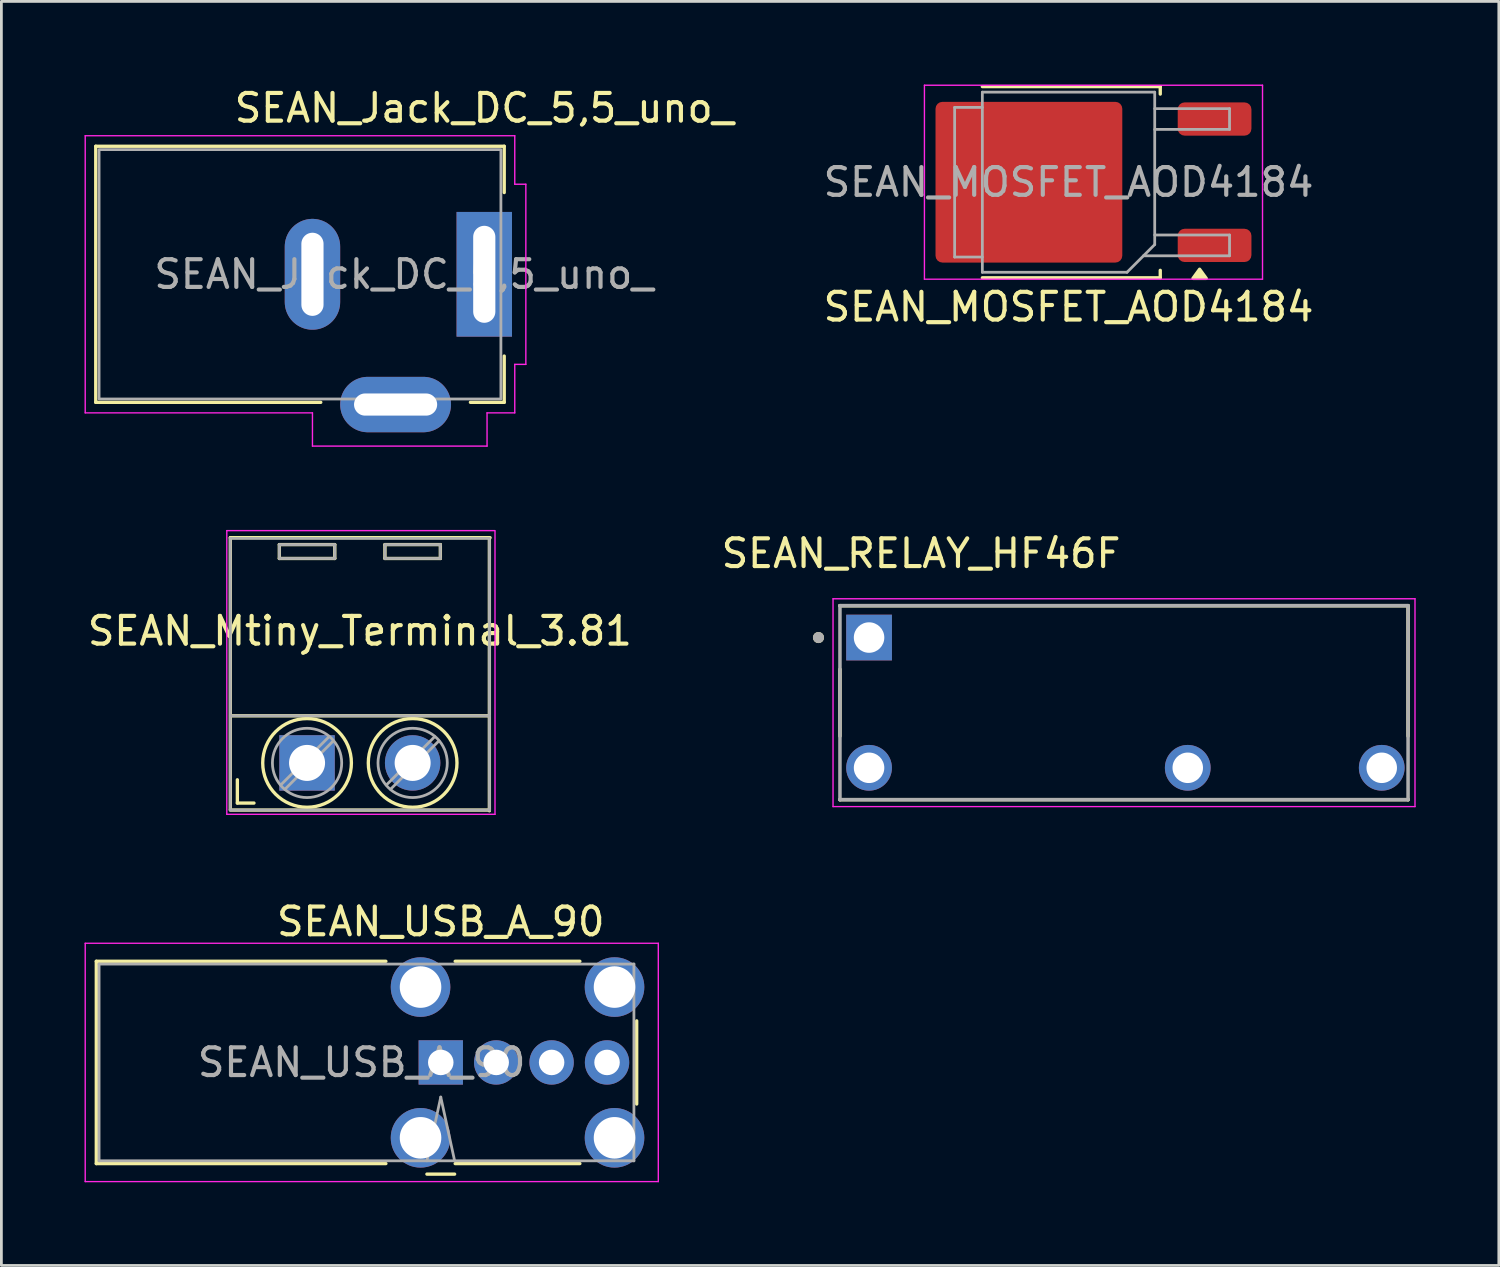
<source format=kicad_pcb>
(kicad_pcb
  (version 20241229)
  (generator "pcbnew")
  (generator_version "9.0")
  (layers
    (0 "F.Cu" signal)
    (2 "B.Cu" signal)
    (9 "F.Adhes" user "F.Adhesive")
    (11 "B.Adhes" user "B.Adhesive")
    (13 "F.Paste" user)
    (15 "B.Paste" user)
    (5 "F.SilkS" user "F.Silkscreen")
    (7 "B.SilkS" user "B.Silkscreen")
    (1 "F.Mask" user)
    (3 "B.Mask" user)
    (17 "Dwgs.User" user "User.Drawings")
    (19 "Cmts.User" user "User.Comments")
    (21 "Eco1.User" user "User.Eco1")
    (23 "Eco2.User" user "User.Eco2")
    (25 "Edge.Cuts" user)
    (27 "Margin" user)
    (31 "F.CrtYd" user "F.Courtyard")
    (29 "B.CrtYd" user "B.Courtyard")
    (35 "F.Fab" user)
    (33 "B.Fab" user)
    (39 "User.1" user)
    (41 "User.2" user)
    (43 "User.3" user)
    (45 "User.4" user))
  (footprint "SEAN_USB_A_90"
    (layer "F.Cu")
    (at 12.855 35.288)
    (property "Reference" "SEAN_USB_A_90" (at 0 -5.08 0) (layer "F.SilkS") (effects (font (size 1 1) (thickness 0.15))))
    (attr through_hole)
    (fp_line (start -12.43 -3.65) (end -12.43 3.65) (stroke (width 0.12) (type solid)) (layer "F.SilkS"))
    (fp_line (start -12.43 -3.65) (end -1.98 -3.65) (stroke (width 0.12) (type solid)) (layer "F.SilkS"))
    (fp_line (start -12.43 3.65) (end -1.98 3.65) (stroke (width 0.12) (type solid)) (layer "F.SilkS"))
    (fp_line (start -0.5 4.03) (end 0.5 4.03) (stroke (width 0.12) (type solid)) (layer "F.SilkS"))
    (fp_line (start 0.52 -3.65) (end 5.02 -3.65) (stroke (width 0.12) (type solid)) (layer "F.SilkS"))
    (fp_line (start 0.52 3.65) (end 5.02 3.65) (stroke (width 0.12) (type solid)) (layer "F.SilkS"))
    (fp_line (start 7.07 -1.5) (end 7.07 1.5) (stroke (width 0.12) (type solid)) (layer "F.SilkS"))
    (fp_line (start -12.83 -4.3) (end 7.85 -4.3) (stroke (width 0.05) (type solid)) (layer "F.CrtYd"))
    (fp_line (start -12.83 4.3) (end -12.83 -4.3) (stroke (width 0.05) (type solid)) (layer "F.CrtYd"))
    (fp_line (start 7.85 -4.3) (end 7.85 4.3) (stroke (width 0.05) (type solid)) (layer "F.CrtYd"))
    (fp_line (start 7.85 4.3) (end -12.83 4.3) (stroke (width 0.05) (type solid)) (layer "F.CrtYd"))
    (fp_line (start -12.33 -3.55) (end 6.97 -3.55) (stroke (width 0.1) (type solid)) (layer "F.Fab"))
    (fp_line (start -12.33 3.55) (end -12.33 -3.55) (stroke (width 0.1) (type solid)) (layer "F.Fab"))
    (fp_line (start -0.5 3.55) (end 0 1.25) (stroke (width 0.1) (type solid)) (layer "F.Fab"))
    (fp_line (start 0 1.25) (end 0.5 3.55) (stroke (width 0.1) (type solid)) (layer "F.Fab"))
    (fp_line (start 6.97 -3.55) (end 6.97 3.55) (stroke (width 0.1) (type solid)) (layer "F.Fab"))
    (fp_line (start 6.97 3.55) (end -12.33 3.55) (stroke (width 0.1) (type solid)) (layer "F.Fab"))
    (fp_text user "${REFERENCE}" (at -2.855 0 0) (layer "F.Fab") (effects (font (size 1 1) (thickness 0.15))))
    (pad "1" thru_hole rect (at 0 0) (size 1.6 1.6) (drill 0.92) (layers "*.Cu" "*.Mask"))
    (pad "2" thru_hole circle (at 2 0) (size 1.6 1.6) (drill 0.92) (layers "*.Cu" "*.Mask"))
    (pad "3" thru_hole circle (at 4 0) (size 1.6 1.6) (drill 0.92) (layers "*.Cu" "*.Mask"))
    (pad "4" thru_hole circle (at 6 0) (size 1.6 1.6) (drill 0.92) (layers "*.Cu" "*.Mask"))
    (pad "5" thru_hole circle (at -0.73 -2.72) (size 2.15 2.15) (drill 1.5) (layers "*.Cu" "*.Mask"))
    (pad "5" thru_hole circle (at -0.73 2.72) (size 2.15 2.15) (drill 1.5) (layers "*.Cu" "*.Mask"))
    (pad "5" thru_hole circle (at 6.27 -2.72) (size 2.15 2.15) (drill 1.5) (layers "*.Cu" "*.Mask"))
    (pad "5" thru_hole circle (at 6.27 2.72) (size 2.15 2.15) (drill 1.5) (layers "*.Cu" "*.Mask")))
  (footprint "SEAN_MOSFET_AOD4184"
    (layer "F.Cu")
    (at 35.508 3.525)
    (property "Reference" "SEAN_MOSFET_AOD4184" (at 0 4.5 0) (layer "F.SilkS") (effects (font (size 1 1) (thickness 0.15))))
    (attr smd)
    (fp_line (start -3.11 -3.45) (end 3.31 -3.45) (stroke (width 0.12) (type solid)) (layer "F.SilkS"))
    (fp_line (start -3.11 3.45) (end 3.31 3.45) (stroke (width 0.12) (type solid)) (layer "F.SilkS"))
    (fp_line (start 3.31 -3.45) (end 3.31 -3.18) (stroke (width 0.12) (type solid)) (layer "F.SilkS"))
    (fp_line (start 3.31 3.45) (end 3.31 3.18) (stroke (width 0.12) (type solid)) (layer "F.SilkS"))
    (fp_poly (pts (xy 4.73 3.14) (xy 4.97 3.47) (xy 4.49 3.47) (xy 4.73 3.14)) (stroke (width 0.12) (type solid)) (fill yes) (layer "F.SilkS"))
    (fp_line (start -5.2 -3.5) (end -5.2 3.5) (stroke (width 0.05) (type solid)) (layer "F.CrtYd"))
    (fp_line (start -5.2 3.5) (end 7 3.5) (stroke (width 0.05) (type solid)) (layer "F.CrtYd"))
    (fp_line (start 7 -3.5) (end -5.2 -3.5) (stroke (width 0.05) (type solid)) (layer "F.CrtYd"))
    (fp_line (start 7 3.5) (end 7 -3.5) (stroke (width 0.05) (type solid)) (layer "F.CrtYd"))
    (fp_line (start -4.11 -2.7) (end -3.11 -2.7) (stroke (width 0.1) (type solid)) (layer "F.Fab"))
    (fp_line (start -4.11 2.7) (end -4.11 -2.7) (stroke (width 0.1) (type solid)) (layer "F.Fab"))
    (fp_line (start -3.11 -3.25) (end 3.11 -3.25) (stroke (width 0.1) (type solid)) (layer "F.Fab"))
    (fp_line (start -3.11 2.7) (end -4.11 2.7) (stroke (width 0.1) (type solid)) (layer "F.Fab"))
    (fp_line (start -3.11 3.25) (end -3.11 -3.25) (stroke (width 0.1) (type solid)) (layer "F.Fab"))
    (fp_line (start 2.11 3.25) (end -3.11 3.25) (stroke (width 0.1) (type solid)) (layer "F.Fab"))
    (fp_line (start 2.705 2.655) (end 5.81 2.655) (stroke (width 0.1) (type solid)) (layer "F.Fab"))
    (fp_line (start 3.11 -3.25) (end 3.11 2.25) (stroke (width 0.1) (type solid)) (layer "F.Fab"))
    (fp_line (start 3.11 -1.905) (end 5.81 -1.905) (stroke (width 0.1) (type solid)) (layer "F.Fab"))
    (fp_line (start 3.11 2.25) (end 2.11 3.25) (stroke (width 0.1) (type solid)) (layer "F.Fab"))
    (fp_line (start 5.81 -2.655) (end 3.11 -2.655) (stroke (width 0.1) (type solid)) (layer "F.Fab"))
    (fp_line (start 5.81 -1.905) (end 5.81 -2.655) (stroke (width 0.1) (type solid)) (layer "F.Fab"))
    (fp_line (start 5.81 1.905) (end 3.11 1.905) (stroke (width 0.1) (type solid)) (layer "F.Fab"))
    (fp_line (start 5.81 2.655) (end 5.81 1.905) (stroke (width 0.1) (type solid)) (layer "F.Fab"))
    (fp_text user "${REFERENCE}" (at 0 0 0) (layer "F.Fab") (effects (font (size 1 1) (thickness 0.15))))
    (pad "1" smd roundrect (at -1.43 0 180) (size 6.74 5.8) (layers "F.Cu" "F.Mask") (roundrect_rratio 0.043))
    (pad "2" smd roundrect (at 5.27 2.28 180) (size 2.66 1.2) (layers "F.Cu" "F.Mask" "F.Paste") (roundrect_rratio 0.208))
    (pad "3" smd roundrect (at 5.27 -2.28 180) (size 2.66 1.2) (layers "F.Cu" "F.Mask" "F.Paste") (roundrect_rratio 0.208)))
  (footprint "SEAN_Jack_DC_5,5_uno_"
    (layer "F.Cu")
    (at 14.425 6.848)
    (property "Reference" "SEAN_Jack_DC_5,5_uno_" (at 0 -6 0) (unlocked yes) (layer "F.SilkS") (effects (font (size 1 1) (thickness 0.15))))
    (attr through_hole)
    (fp_line (start -14.02 -4.62) (end -14.02 4.62) (stroke (width 0.12) (type solid)) (layer "F.SilkS"))
    (fp_line (start -14.02 4.62) (end -5.9 4.62) (stroke (width 0.12) (type solid)) (layer "F.SilkS"))
    (fp_line (start -0.5 4.62) (end 0.72 4.62) (stroke (width 0.12) (type solid)) (layer "F.SilkS"))
    (fp_line (start 0.72 -4.62) (end -14.02 -4.62) (stroke (width 0.12) (type solid)) (layer "F.SilkS"))
    (fp_line (start 0.72 -2.95) (end 0.72 -4.62) (stroke (width 0.12) (type solid)) (layer "F.SilkS"))
    (fp_line (start 0.72 4.62) (end 0.72 2.95) (stroke (width 0.12) (type solid)) (layer "F.SilkS"))
    (fp_line (start -14.4 -5) (end 1.1 -5) (stroke (width 0.05) (type solid)) (layer "F.CrtYd"))
    (fp_line (start -14.4 5) (end -14.4 -5) (stroke (width 0.05) (type solid)) (layer "F.CrtYd"))
    (fp_line (start -6.2 5) (end -14.4 5) (stroke (width 0.05) (type solid)) (layer "F.CrtYd"))
    (fp_line (start -6.2 6.2) (end -6.2 5) (stroke (width 0.05) (type solid)) (layer "F.CrtYd"))
    (fp_line (start 0.1 5) (end 0.1 6.2) (stroke (width 0.05) (type solid)) (layer "F.CrtYd"))
    (fp_line (start 0.1 6.2) (end -6.2 6.2) (stroke (width 0.05) (type solid)) (layer "F.CrtYd"))
    (fp_line (start 1.1 -5) (end 1.1 -3.25) (stroke (width 0.05) (type solid)) (layer "F.CrtYd"))
    (fp_line (start 1.1 -3.25) (end 1.5 -3.25) (stroke (width 0.05) (type solid)) (layer "F.CrtYd"))
    (fp_line (start 1.1 3.25) (end 1.1 5) (stroke (width 0.05) (type solid)) (layer "F.CrtYd"))
    (fp_line (start 1.1 5) (end 0.1 5) (stroke (width 0.05) (type solid)) (layer "F.CrtYd"))
    (fp_line (start 1.5 -3.25) (end 1.5 3.25) (stroke (width 0.05) (type solid)) (layer "F.CrtYd"))
    (fp_line (start 1.5 3.25) (end 1.1 3.25) (stroke (width 0.05) (type solid)) (layer "F.CrtYd"))
    (fp_rect (start -13.9 -4.5) (end 0.6 4.5) (stroke (width 0.1) (type solid)) (fill no) (layer "F.Fab"))
    (fp_text user "${REFERENCE}" (at -2.9 0 0) (unlocked yes) (layer "F.Fab") (effects (font (size 1 1) (thickness 0.15))))
    (pad "1" thru_hole rect (at 0 0) (size 2 4.5) (drill oval 0.8 3.5) (layers "*.Cu" "*.Mask"))
    (pad "2" thru_hole oval (at -6.2 0) (size 2 4) (drill oval 0.8 3) (layers "*.Cu" "*.Mask"))
    (pad "3" thru_hole oval (at -3.2 4.7 90) (size 2 4) (drill oval 0.8 3) (layers "*.Cu" "*.Mask")))
  (footprint "SEAN_RELAY_HF46F"
    (layer "F.Cu")
    (at 37.51 22.306)
    (property "Reference" "SEAN_RELAY_HF46F" (at -7.325 -5.385 0) (layer "F.SilkS") (effects (font (size 1 1) (thickness 0.15))))
    (attr through_hole)
    (fp_line (start -10.25 -3.5) (end -10.25 -3.495) (stroke (width 0.127) (type solid)) (layer "F.SilkS"))
    (fp_line (start -10.25 -1.205) (end -10.25 1.205) (stroke (width 0.127) (type solid)) (layer "F.SilkS"))
    (fp_line (start -10.25 3.5) (end -10.25 3.495) (stroke (width 0.127) (type solid)) (layer "F.SilkS"))
    (fp_line (start -10.25 3.5) (end 10.25 3.5) (stroke (width 0.127) (type solid)) (layer "F.SilkS"))
    (fp_line (start 10.25 -3.5) (end -10.25 -3.5) (stroke (width 0.127) (type solid)) (layer "F.SilkS"))
    (fp_line (start 10.25 1.205) (end 10.25 -3.5) (stroke (width 0.127) (type solid)) (layer "F.SilkS"))
    (fp_line (start 10.25 3.5) (end 10.25 3.495) (stroke (width 0.127) (type solid)) (layer "F.SilkS"))
    (fp_circle (center -11.025 -2.35) (end -10.925 -2.35) (stroke (width 0.2) (type solid)) (fill no) (layer "F.SilkS"))
    (fp_line (start -10.5 -3.75) (end -10.5 3.75) (stroke (width 0.05) (type solid)) (layer "F.CrtYd"))
    (fp_line (start -10.5 3.75) (end 10.5 3.75) (stroke (width 0.05) (type solid)) (layer "F.CrtYd"))
    (fp_line (start 10.5 -3.75) (end -10.5 -3.75) (stroke (width 0.05) (type solid)) (layer "F.CrtYd"))
    (fp_line (start 10.5 3.75) (end 10.5 -3.75) (stroke (width 0.05) (type solid)) (layer "F.CrtYd"))
    (fp_line (start -10.25 -3.5) (end -10.25 3.5) (stroke (width 0.127) (type solid)) (layer "F.Fab"))
    (fp_line (start -10.25 3.5) (end 10.25 3.5) (stroke (width 0.127) (type solid)) (layer "F.Fab"))
    (fp_line (start 10.25 -3.5) (end -10.25 -3.5) (stroke (width 0.127) (type solid)) (layer "F.Fab"))
    (fp_line (start 10.25 3.5) (end 10.25 -3.5) (stroke (width 0.127) (type solid)) (layer "F.Fab"))
    (fp_circle (center -11.025 -2.35) (end -10.925 -2.35) (stroke (width 0.2) (type solid)) (fill no) (layer "F.Fab"))
    (pad "1" thru_hole rect (at -9.2 -2.35) (size 1.65 1.65) (drill 1.1) (layers "*.Cu" "*.Mask"))
    (pad "2" thru_hole circle (at -9.2 2.35) (size 1.65 1.65) (drill 1.1) (layers "*.Cu" "*.Mask"))
    (pad "3" thru_hole circle (at 2.3 2.35) (size 1.65 1.65) (drill 1.1) (layers "*.Cu" "*.Mask"))
    (pad "4" thru_hole circle (at 9.3 2.35) (size 1.65 1.65) (drill 1.1) (layers "*.Cu" "*.Mask")))
  (footprint "SEAN_Mtiny_Terminal_3.81"
    (layer "F.Cu")
    (at 8.03 24.48)
    (property "Reference" "SEAN_Mtiny_Terminal_3.81" (at 1.905 -4.76 0) (layer "F.SilkS") (effects (font (size 1 1) (thickness 0.15))))
    (attr through_hole)
    (fp_line (start -2.769 -8.128) (end -2.769 1.676) (stroke (width 0.12) (type solid)) (layer "F.SilkS"))
    (fp_line (start -2.769 -8.128) (end 6.604 -8.128) (stroke (width 0.12) (type solid)) (layer "F.SilkS"))
    (fp_line (start -2.769 1.701) (end 6.579 1.701) (stroke (width 0.12) (type solid)) (layer "F.SilkS"))
    (fp_line (start -2.718 -1.7) (end 6.553 -1.7) (stroke (width 0.12) (type solid)) (layer "F.SilkS"))
    (fp_line (start -2.515 0.608) (end -2.515 1.448) (stroke (width 0.12) (type solid)) (layer "F.SilkS"))
    (fp_line (start -2.515 1.448) (end -1.915 1.448) (stroke (width 0.12) (type solid)) (layer "F.SilkS"))
    (fp_line (start -1 -7.878) (end -1 -7.378) (stroke (width 0.12) (type solid)) (layer "F.SilkS"))
    (fp_line (start -1 -7.878) (end 1 -7.878) (stroke (width 0.12) (type solid)) (layer "F.SilkS"))
    (fp_line (start -1 -7.378) (end 1 -7.378) (stroke (width 0.12) (type solid)) (layer "F.SilkS"))
    (fp_line (start 1 -7.878) (end 1 -7.378) (stroke (width 0.12) (type solid)) (layer "F.SilkS"))
    (fp_line (start 2.81 -7.878) (end 2.81 -7.378) (stroke (width 0.12) (type solid)) (layer "F.SilkS"))
    (fp_line (start 2.81 -7.878) (end 4.81 -7.878) (stroke (width 0.12) (type solid)) (layer "F.SilkS"))
    (fp_line (start 2.81 -7.378) (end 4.81 -7.378) (stroke (width 0.12) (type solid)) (layer "F.SilkS"))
    (fp_line (start 4.81 -7.878) (end 4.81 -7.378) (stroke (width 0.12) (type solid)) (layer "F.SilkS"))
    (fp_line (start 6.579 -8.103) (end 6.579 1.727) (stroke (width 0.12) (type solid)) (layer "F.SilkS"))
    (fp_circle (center 0 0) (end 1.6 0) (stroke (width 0.12) (type solid)) (fill no) (layer "F.SilkS"))
    (fp_circle (center 3.81 0) (end 2.21 0) (stroke (width 0.12) (type solid)) (fill no) (layer "F.SilkS"))
    (fp_line (start -2.896 -8.382) (end -2.896 1.854) (stroke (width 0.05) (type solid)) (layer "F.CrtYd"))
    (fp_line (start -2.896 1.854) (end 6.782 1.854) (stroke (width 0.05) (type solid)) (layer "F.CrtYd"))
    (fp_line (start 6.782 -8.382) (end -2.896 -8.382) (stroke (width 0.05) (type solid)) (layer "F.CrtYd"))
    (fp_line (start 6.782 1.854) (end 6.782 -8.357) (stroke (width 0.05) (type solid)) (layer "F.CrtYd"))
    (fp_line (start -2.769 -8.103) (end 6.579 -8.103) (stroke (width 0.1) (type solid)) (layer "F.Fab"))
    (fp_line (start -2.769 -1.7) (end 6.579 -1.7) (stroke (width 0.1) (type solid)) (layer "F.Fab"))
    (fp_line (start -2.769 1.7) (end 6.579 1.7) (stroke (width 0.1) (type solid)) (layer "F.Fab"))
    (fp_line (start -2.769 1.701) (end -2.769 -8.103) (stroke (width 0.1) (type solid)) (layer "F.Fab"))
    (fp_line (start -1 -7.878) (end -1 -7.378) (stroke (width 0.1) (type solid)) (layer "F.Fab"))
    (fp_line (start -1 -7.378) (end 1 -7.378) (stroke (width 0.1) (type solid)) (layer "F.Fab"))
    (fp_line (start 0.796 -0.948) (end -0.949 0.796) (stroke (width 0.1) (type solid)) (layer "F.Fab"))
    (fp_line (start 0.949 -0.796) (end -0.796 0.948) (stroke (width 0.1) (type solid)) (layer "F.Fab"))
    (fp_line (start 1 -7.878) (end -1 -7.878) (stroke (width 0.1) (type solid)) (layer "F.Fab"))
    (fp_line (start 1 -7.378) (end 1 -7.878) (stroke (width 0.1) (type solid)) (layer "F.Fab"))
    (fp_line (start 2.81 -7.878) (end 2.81 -7.378) (stroke (width 0.1) (type solid)) (layer "F.Fab"))
    (fp_line (start 2.81 -7.378) (end 4.81 -7.378) (stroke (width 0.1) (type solid)) (layer "F.Fab"))
    (fp_line (start 4.606 -0.948) (end 2.862 0.796) (stroke (width 0.1) (type solid)) (layer "F.Fab"))
    (fp_line (start 4.759 -0.796) (end 3.015 0.948) (stroke (width 0.1) (type solid)) (layer "F.Fab"))
    (fp_line (start 4.81 -7.878) (end 2.81 -7.878) (stroke (width 0.1) (type solid)) (layer "F.Fab"))
    (fp_line (start 4.81 -7.378) (end 4.81 -7.878) (stroke (width 0.1) (type solid)) (layer "F.Fab"))
    (fp_line (start 6.582 -8.028) (end 6.582 1.702) (stroke (width 0.1) (type solid)) (layer "F.Fab"))
    (fp_circle (center 0 0) (end 1.25 0) (stroke (width 0.1) (type solid)) (fill no) (layer "F.Fab"))
    (fp_circle (center 3.81 0) (end 5.06 0) (stroke (width 0.1) (type solid)) (fill no) (layer "F.Fab"))
    (pad "1" thru_hole rect (at 0 0) (size 2 2) (drill 1.3) (layers "*.Cu" "*.Mask"))
    (pad "2" thru_hole circle (at 3.81 0) (size 2 2) (drill 1.3) (layers "*.Cu" "*.Mask")))
  (gr_rect
    (start -3 -3)
    (end 51.035 42.613)
    (stroke (width 0.1) (type default))
    (fill no)
    (layer "Edge.Cuts")))
</source>
